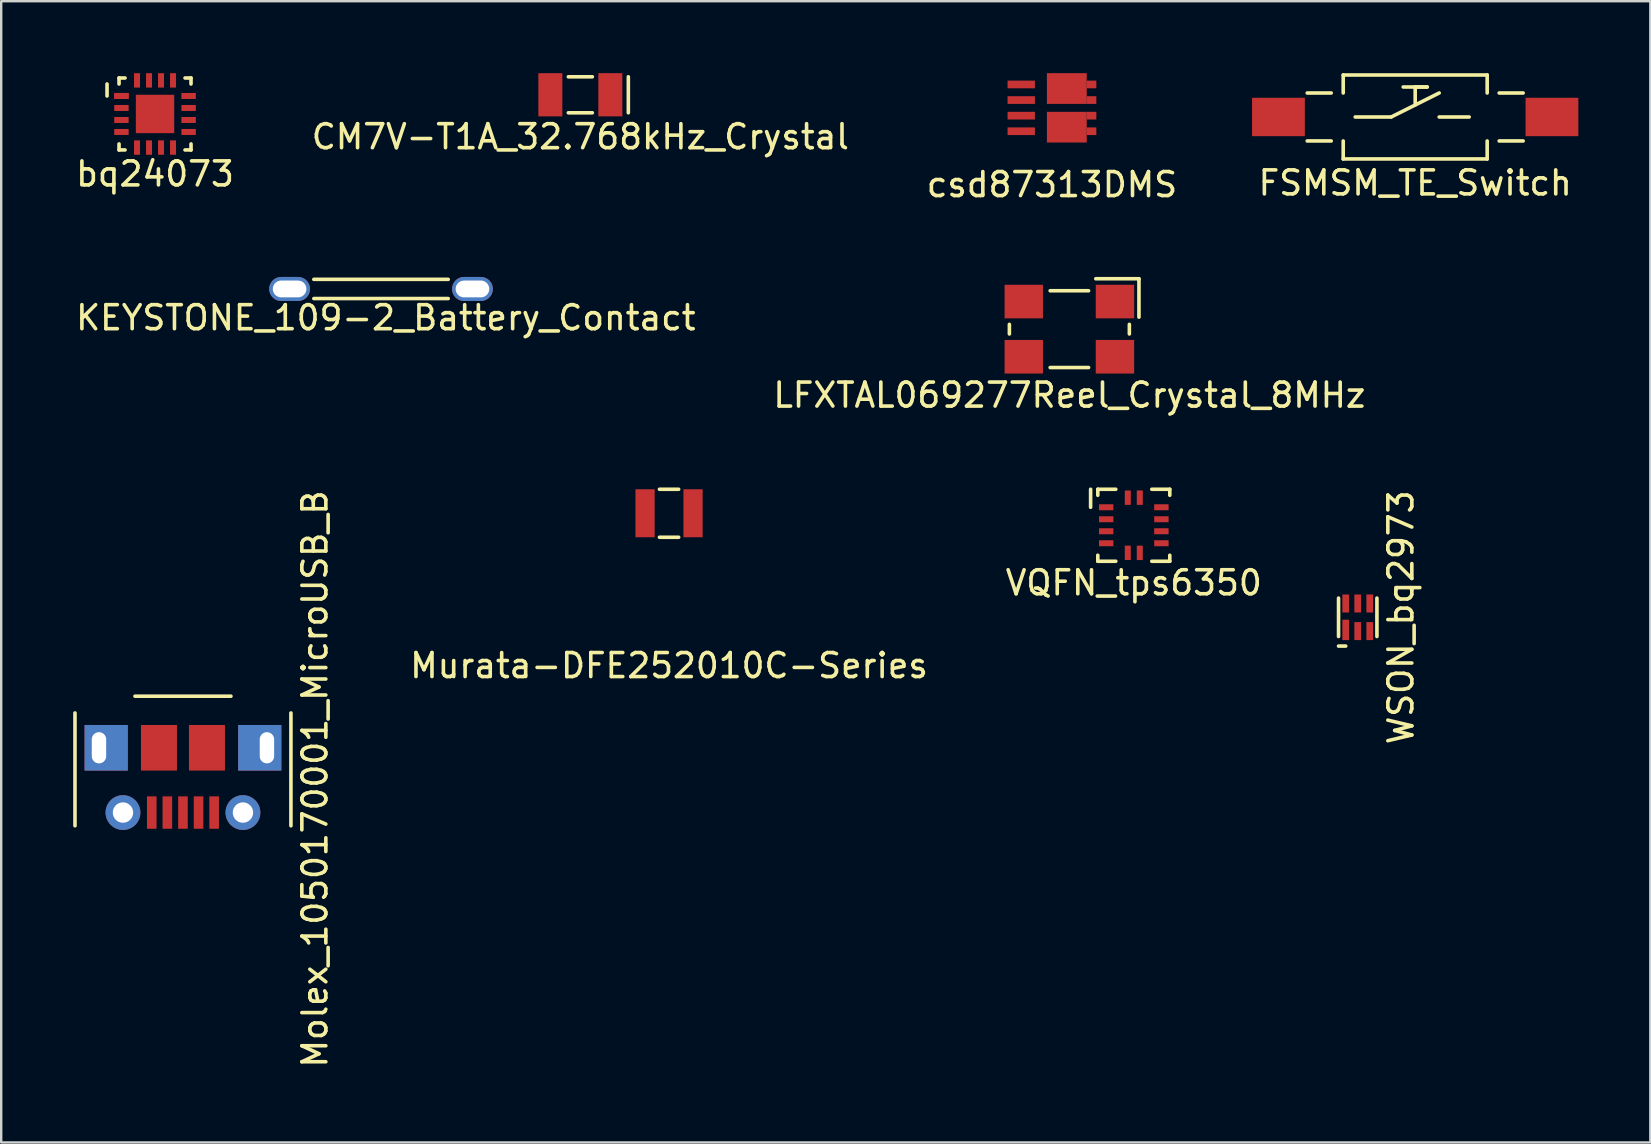
<source format=kicad_pcb>
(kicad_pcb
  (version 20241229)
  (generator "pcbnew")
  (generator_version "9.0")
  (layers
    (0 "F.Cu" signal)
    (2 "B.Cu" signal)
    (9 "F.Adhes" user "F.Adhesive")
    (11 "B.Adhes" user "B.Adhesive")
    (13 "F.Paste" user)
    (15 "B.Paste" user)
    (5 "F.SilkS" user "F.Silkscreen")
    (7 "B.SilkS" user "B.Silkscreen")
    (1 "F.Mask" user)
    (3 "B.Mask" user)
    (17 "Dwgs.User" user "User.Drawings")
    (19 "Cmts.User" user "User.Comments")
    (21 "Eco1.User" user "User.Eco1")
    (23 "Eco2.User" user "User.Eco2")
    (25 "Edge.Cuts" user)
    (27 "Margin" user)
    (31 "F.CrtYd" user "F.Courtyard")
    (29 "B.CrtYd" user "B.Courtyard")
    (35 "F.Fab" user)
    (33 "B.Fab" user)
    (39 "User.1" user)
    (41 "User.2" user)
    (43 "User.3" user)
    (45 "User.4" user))
  (footprint "Molex_1050170001_MicroUSB_B"
    (layer "F.Cu")
    (at 4.575 26.665)
    (property "Reference" "Molex_1050170001_MicroUSB_B" (at 5.5 2.75 270) (layer "F.SilkS") (effects (font (size 1 1) (thickness 0.15))))
    (attr through_hole)
    (fp_line (start -4.5 0) (end -4.5 4.7) (stroke (width 0.15) (type solid)) (layer "F.SilkS"))
    (fp_line (start -2 -0.7) (end 2 -0.7) (stroke (width 0.15) (type solid)) (layer "F.SilkS"))
    (fp_line (start 4.5 0) (end 4.5 4.7) (stroke (width 0.15) (type solid)) (layer "F.SilkS"))
    (pad "1" smd rect (at 1.3 4.15) (size 0.4 1.35) (layers "F.Cu" "F.Mask" "F.Paste"))
    (pad "2" smd rect (at 0.65 4.15) (size 0.4 1.35) (layers "F.Cu" "F.Mask" "F.Paste"))
    (pad "3" smd rect (at 0 4.15) (size 0.4 1.35) (layers "F.Cu" "F.Mask" "F.Paste"))
    (pad "4" smd rect (at -0.65 4.15) (size 0.4 1.35) (layers "F.Cu" "F.Mask" "F.Paste"))
    (pad "5" smd rect (at -1.3 4.15) (size 0.4 1.35) (layers "F.Cu" "F.Mask" "F.Paste"))
    (pad "6" thru_hole rect (at -3.5 1.45) (size 1.8 1.9) (drill oval 0.6 1.3 (offset 0.3 0)) (layers "*.Cu" "*.Mask"))
    (pad "6" thru_hole circle (at -2.5 4.15) (size 1.45 1.45) (drill 0.85) (layers "*.Cu" "*.Mask"))
    (pad "6" smd rect (at -1 1.45) (size 1.5 1.9) (layers "F.Cu" "F.Mask" "F.Paste"))
    (pad "6" smd rect (at 1 1.45) (size 1.5 1.9) (layers "F.Cu" "F.Mask" "F.Paste"))
    (pad "6" thru_hole circle (at 2.5 4.15) (size 1.45 1.45) (drill 0.85) (layers "*.Cu" "*.Mask"))
    (pad "6" thru_hole rect (at 3.5 1.45) (size 1.8 1.9) (drill oval 0.6 1.3 (offset -0.3 0)) (layers "*.Cu" "*.Mask")))
  (footprint "csd87313DMS"
    (layer "F.Cu")
    (at 40.792 1.445)
    (property "Reference" "csd87313DMS" (at 0 3.2 0) (layer "F.SilkS") (effects (font (size 1 1) (thickness 0.15))))
    (attr through_hole)
    (pad "1" smd rect (at -1.28 -0.975) (size 1.14 0.32) (layers "F.Cu" "F.Mask" "F.Paste"))
    (pad "2" smd rect (at -1.28 -0.325) (size 1.14 0.32) (layers "F.Cu" "F.Mask" "F.Paste"))
    (pad "3" smd rect (at -1.28 0.325) (size 1.14 0.32) (layers "F.Cu" "F.Mask" "F.Paste"))
    (pad "4" smd rect (at -1.28 0.975) (size 1.14 0.32) (layers "F.Cu" "F.Mask" "F.Paste"))
    (pad "5" smd rect (at 0.62 0.805) (size 1.66 1.28) (layers "F.Cu" "F.Mask" "F.Paste"))
    (pad "5" smd rect (at 1.65 0.975) (size 0.4 0.32) (layers "F.Cu" "F.Mask" "F.Paste"))
    (pad "6" smd rect (at 1.65 0.325) (size 0.4 0.32) (layers "F.Cu" "F.Mask" "F.Paste"))
    (pad "7" smd rect (at 1.65 -0.325) (size 0.4 0.32) (layers "F.Cu" "F.Mask" "F.Paste"))
    (pad "8" smd rect (at 0.62 -0.805) (size 1.66 1.28) (layers "F.Cu" "F.Mask" "F.Paste"))
    (pad "8" smd rect (at 1.65 -0.975) (size 0.4 0.32) (layers "F.Cu" "F.Mask" "F.Paste")))
  (footprint "KEYSTONE_109-2_Battery_Contact"
    (layer "F.Cu")
    (at 12.83 8.993)
    (property "Reference" "KEYSTONE_109-2_Battery_Contact" (at 0.2 1.2 0) (layer "F.SilkS") (effects (font (size 1 1) (thickness 0.15))))
    (attr through_hole)
    (fp_line (start -2.8 -0.4) (end 2.8 -0.4) (stroke (width 0.15) (type solid)) (layer "F.SilkS"))
    (fp_line (start -2.8 0.4) (end 2.8 0.4) (stroke (width 0.15) (type solid)) (layer "F.SilkS"))
    (pad "1" thru_hole oval (at -3.81 0) (size 1.7 1) (drill oval 1.4 0.7) (layers "*.Cu" "*.Mask"))
    (pad "2" thru_hole oval (at 3.81 0) (size 1.7 1) (drill oval 1.4 0.7) (layers "*.Cu" "*.Mask")))
  (footprint "Murata-DFE252010C-Series"
    (layer "F.Cu")
    (at 24.834 18.341)
    (property "Reference" "Murata-DFE252010C-Series" (at 0 6.35 0) (layer "F.SilkS") (effects (font (size 1 1) (thickness 0.15))))
    (attr through_hole)
    (fp_line (start -0.4 -1) (end 0.4 -1) (stroke (width 0.15) (type solid)) (layer "F.SilkS"))
    (fp_line (start -0.4 1) (end 0.4 1) (stroke (width 0.15) (type solid)) (layer "F.SilkS"))
    (pad "1" smd rect (at 1 0) (size 0.8 2) (layers "F.Cu" "F.Mask" "F.Paste"))
    (pad "2" smd rect (at -1 0) (size 0.8 2) (layers "F.Cu" "F.Mask" "F.Paste")))
  (footprint "WSON_bq2973"
    (layer "F.Cu")
    (at 53.536 22.677)
    (property "Reference" "WSON_bq2973" (at 1.8 0 90) (layer "F.SilkS") (effects (font (size 1 1) (thickness 0.15))))
    (attr through_hole)
    (fp_line (start -0.8 -0.8) (end -0.8 0.8) (stroke (width 0.15) (type solid)) (layer "F.SilkS"))
    (fp_line (start -0.5 1.2) (end -0.8 1.2) (stroke (width 0.15) (type solid)) (layer "F.SilkS"))
    (fp_line (start 0.8 0.8) (end 0.8 -0.8) (stroke (width 0.15) (type solid)) (layer "F.SilkS"))
    (pad "1" smd rect (at -0.5 0.525) (size 0.28 0.85) (layers "F.Cu" "F.Mask" "F.Paste"))
    (pad "2" smd rect (at 0 0.575) (size 0.28 0.75) (layers "F.Cu" "F.Mask" "F.Paste"))
    (pad "3" smd rect (at 0.5 0.575) (size 0.28 0.75) (layers "F.Cu" "F.Mask" "F.Paste"))
    (pad "4" smd rect (at 0.5 -0.575) (size 0.28 0.75) (layers "F.Cu" "F.Mask" "F.Paste"))
    (pad "5" smd rect (at 0 -0.575) (size 0.28 0.75) (layers "F.Cu" "F.Mask" "F.Paste"))
    (pad "6" smd rect (at -0.5 -0.575) (size 0.28 0.75) (layers "F.Cu" "F.Mask" "F.Paste")))
  (footprint "FSMSM_TE_Switch"
    (layer "F.Cu")
    (at 55.931 1.825)
    (property "Reference" "FSMSM_TE_Switch" (at 0 2.75 0) (layer "F.SilkS") (effects (font (size 1 1) (thickness 0.15))))
    (attr through_hole)
    (fp_line (start -4.5 1) (end -3.5 1) (stroke (width 0.15) (type solid)) (layer "F.SilkS"))
    (fp_line (start -3.5 -1) (end -4.5 -1) (stroke (width 0.15) (type solid)) (layer "F.SilkS"))
    (fp_line (start -3 -1.75) (end 3 -1.75) (stroke (width 0.15) (type solid)) (layer "F.SilkS"))
    (fp_line (start -3 -1) (end -3 -1.75) (stroke (width 0.15) (type solid)) (layer "F.SilkS"))
    (fp_line (start -3 1.75) (end -3 1) (stroke (width 0.15) (type solid)) (layer "F.SilkS"))
    (fp_line (start -3 1.75) (end 3 1.75) (stroke (width 0.15) (type solid)) (layer "F.SilkS"))
    (fp_line (start -2.5 0) (end -1 0) (stroke (width 0.15) (type solid)) (layer "F.SilkS"))
    (fp_line (start -1 0) (end 1 -1) (stroke (width 0.15) (type solid)) (layer "F.SilkS"))
    (fp_line (start 0 -1.25) (end 0.5 -1.25) (stroke (width 0.15) (type solid)) (layer "F.SilkS"))
    (fp_line (start 0 -0.5) (end 0 -1.25) (stroke (width 0.15) (type solid)) (layer "F.SilkS"))
    (fp_line (start 0.5 -1.25) (end -0.5 -1.25) (stroke (width 0.15) (type solid)) (layer "F.SilkS"))
    (fp_line (start 1 0) (end 2.25 0) (stroke (width 0.15) (type solid)) (layer "F.SilkS"))
    (fp_line (start 3 -1.75) (end 3 -1) (stroke (width 0.15) (type solid)) (layer "F.SilkS"))
    (fp_line (start 3 1.75) (end 3 1) (stroke (width 0.15) (type solid)) (layer "F.SilkS"))
    (fp_line (start 3.5 -1) (end 4.5 -1) (stroke (width 0.15) (type solid)) (layer "F.SilkS"))
    (fp_line (start 3.5 1) (end 4.5 1) (stroke (width 0.15) (type solid)) (layer "F.SilkS"))
    (pad "1" smd rect (at 5.7 0) (size 2.2 1.6) (layers "F.Cu" "F.Mask" "F.Paste"))
    (pad "2" smd rect (at -5.7 0) (size 2.2 1.6) (layers "F.Cu" "F.Mask" "F.Paste")))
  (footprint "VQFN_tps6350"
    (layer "F.Cu")
    (at 44.203 18.841)
    (property "Reference" "VQFN_tps6350" (at 0 2.4 0) (layer "F.SilkS") (effects (font (size 1 1) (thickness 0.15))))
    (attr through_hole)
    (fp_line (start -1.8 -0.75) (end -1.8 -1.5) (stroke (width 0.15) (type solid)) (layer "F.SilkS"))
    (fp_line (start -1.5 -1.5) (end -0.75 -1.5) (stroke (width 0.15) (type solid)) (layer "F.SilkS"))
    (fp_line (start -1.5 -1.25) (end -1.5 -1.5) (stroke (width 0.15) (type solid)) (layer "F.SilkS"))
    (fp_line (start -1.5 1.5) (end -1.5 1.25) (stroke (width 0.15) (type solid)) (layer "F.SilkS"))
    (fp_line (start -0.75 1.5) (end -1.5 1.5) (stroke (width 0.15) (type solid)) (layer "F.SilkS"))
    (fp_line (start 0.75 -1.5) (end 1.5 -1.5) (stroke (width 0.15) (type solid)) (layer "F.SilkS"))
    (fp_line (start 1.5 -1.5) (end 1.5 -1.25) (stroke (width 0.15) (type solid)) (layer "F.SilkS"))
    (fp_line (start 1.5 1.5) (end 0.75 1.5) (stroke (width 0.15) (type solid)) (layer "F.SilkS"))
    (fp_line (start 1.5 1.5) (end 1.5 1.25) (stroke (width 0.15) (type solid)) (layer "F.SilkS"))
    (pad "1" smd rect (at -1.15 -0.75) (size 0.6 0.25) (layers "F.Cu" "F.Mask" "F.Paste"))
    (pad "2" smd rect (at -1.15 -0.25) (size 0.6 0.25) (layers "F.Cu" "F.Mask" "F.Paste"))
    (pad "3" smd rect (at -1.15 0.25) (size 0.6 0.25) (layers "F.Cu" "F.Mask" "F.Paste"))
    (pad "4" smd rect (at -1.15 0.75) (size 0.6 0.25) (layers "F.Cu" "F.Mask" "F.Paste"))
    (pad "5" smd rect (at -0.25 1.15) (size 0.25 0.6) (layers "F.Cu" "F.Mask" "F.Paste"))
    (pad "6" smd rect (at 0.25 1.15) (size 0.25 0.6) (layers "F.Cu" "F.Mask" "F.Paste"))
    (pad "7" smd rect (at 1.15 0.75) (size 0.6 0.25) (layers "F.Cu" "F.Mask" "F.Paste"))
    (pad "8" smd rect (at 1.15 0.25) (size 0.6 0.25) (layers "F.Cu" "F.Mask" "F.Paste"))
    (pad "9" smd rect (at 1.15 -0.25) (size 0.6 0.25) (layers "F.Cu" "F.Mask" "F.Paste"))
    (pad "10" smd rect (at 1.15 -0.75) (size 0.6 0.25) (layers "F.Cu" "F.Mask" "F.Paste"))
    (pad "11" smd rect (at 0.25 -1.15) (size 0.25 0.6) (layers "F.Cu" "F.Mask" "F.Paste"))
    (pad "12" smd rect (at -0.25 -1.15) (size 0.25 0.6) (layers "F.Cu" "F.Mask" "F.Paste")))
  (footprint "LFXTAL069277Reel_Crystal_8MHz"
    (layer "F.Cu")
    (at 41.518 10.668)
    (property "Reference" "LFXTAL069277Reel_Crystal_8MHz" (at 0 2.75 0) (layer "F.SilkS") (effects (font (size 1 1) (thickness 0.15))))
    (attr through_hole)
    (fp_line (start -2.5 -0.2) (end -2.5 0.2) (stroke (width 0.15) (type solid)) (layer "F.SilkS"))
    (fp_line (start -0.8 -1.6) (end 0.8 -1.6) (stroke (width 0.15) (type solid)) (layer "F.SilkS"))
    (fp_line (start -0.8 1.6) (end 0.8 1.6) (stroke (width 0.15) (type solid)) (layer "F.SilkS"))
    (fp_line (start 1.1 -2.1) (end 2.9 -2.1) (stroke (width 0.15) (type solid)) (layer "F.SilkS"))
    (fp_line (start 2.5 -0.2) (end 2.5 0.2) (stroke (width 0.15) (type solid)) (layer "F.SilkS"))
    (fp_line (start 2.9 -2.1) (end 2.9 -0.5) (stroke (width 0.15) (type solid)) (layer "F.SilkS"))
    (pad "1" smd rect (at 1.9 -1.15) (size 1.6 1.4) (layers "F.Cu" "F.Mask" "F.Paste"))
    (pad "2" smd rect (at -1.9 -1.15) (size 1.6 1.4) (layers "F.Cu" "F.Mask" "F.Paste"))
    (pad "3" smd rect (at -1.9 1.15) (size 1.6 1.4) (layers "F.Cu" "F.Mask" "F.Paste"))
    (pad "4" smd rect (at 1.9 1.15) (size 1.6 1.4) (layers "F.Cu" "F.Mask" "F.Paste")))
  (footprint "bq24073"
    (layer "F.Cu")
    (at 3.411 1.7)
    (property "Reference" "bq24073" (at 0 2.5 0) (layer "F.SilkS") (effects (font (size 1 1) (thickness 0.15))))
    (attr through_hole)
    (fp_line (start -2 -0.75) (end -2 -1.25) (stroke (width 0.15) (type solid)) (layer "F.SilkS"))
    (fp_line (start -1.5 -1.5) (end -1.5 -1.25) (stroke (width 0.15) (type solid)) (layer "F.SilkS"))
    (fp_line (start -1.5 1.25) (end -1.5 1.5) (stroke (width 0.15) (type solid)) (layer "F.SilkS"))
    (fp_line (start -1.5 1.5) (end -1.25 1.5) (stroke (width 0.15) (type solid)) (layer "F.SilkS"))
    (fp_line (start -1.25 -1.5) (end -1.5 -1.5) (stroke (width 0.15) (type solid)) (layer "F.SilkS"))
    (fp_line (start 1.25 1.5) (end 1.5 1.5) (stroke (width 0.15) (type solid)) (layer "F.SilkS"))
    (fp_line (start 1.5 -1.5) (end 1.25 -1.5) (stroke (width 0.15) (type solid)) (layer "F.SilkS"))
    (fp_line (start 1.5 -1.5) (end 1.5 -1.25) (stroke (width 0.15) (type solid)) (layer "F.SilkS"))
    (fp_line (start 1.5 1.5) (end 1.5 1.25) (stroke (width 0.15) (type solid)) (layer "F.SilkS"))
    (pad "1" smd rect (at -1.4 -0.75) (size 0.6 0.25) (layers "F.Cu" "F.Mask" "F.Paste"))
    (pad "1" smd rect (at -1.4 -0.75) (size 0.6 0.25) (layers "F.Cu" "F.Mask" "F.Paste"))
    (pad "2" smd rect (at -1.4 -0.25) (size 0.6 0.25) (layers "F.Cu" "F.Mask" "F.Paste"))
    (pad "3" smd rect (at -1.4 0.25) (size 0.6 0.25) (layers "F.Cu" "F.Mask" "F.Paste"))
    (pad "4" smd rect (at -1.4 0.75) (size 0.6 0.25) (layers "F.Cu" "F.Mask" "F.Paste"))
    (pad "5" smd rect (at -0.75 1.4) (size 0.25 0.6) (layers "F.Cu" "F.Mask" "F.Paste"))
    (pad "6" smd rect (at -0.25 1.4) (size 0.25 0.6) (layers "F.Cu" "F.Mask" "F.Paste"))
    (pad "7" smd rect (at 0.25 1.4) (size 0.25 0.6) (layers "F.Cu" "F.Mask" "F.Paste"))
    (pad "8" smd rect (at 0.75 1.4) (size 0.25 0.6) (layers "F.Cu" "F.Mask" "F.Paste"))
    (pad "9" smd rect (at 1.4 0.75) (size 0.6 0.25) (layers "F.Cu" "F.Mask" "F.Paste"))
    (pad "10" smd rect (at 1.4 0.25) (size 0.6 0.25) (layers "F.Cu" "F.Mask" "F.Paste"))
    (pad "11" smd rect (at 1.4 -0.25) (size 0.6 0.25) (layers "F.Cu" "F.Mask" "F.Paste"))
    (pad "12" smd rect (at 1.4 -0.75) (size 0.6 0.25) (layers "F.Cu" "F.Mask" "F.Paste"))
    (pad "13" smd rect (at 0.75 -1.4) (size 0.25 0.6) (layers "F.Cu" "F.Mask" "F.Paste"))
    (pad "14" smd rect (at 0.25 -1.4) (size 0.25 0.6) (layers "F.Cu" "F.Mask" "F.Paste"))
    (pad "15" smd rect (at -0.25 -1.4) (size 0.25 0.6) (layers "F.Cu" "F.Mask" "F.Paste"))
    (pad "16" smd rect (at -0.75 -1.4) (size 0.25 0.6) (layers "F.Cu" "F.Mask" "F.Paste"))
    (pad "17" smd rect (at 0 0) (size 1.6 1.6) (layers "F.Cu" "F.Mask" "F.Paste")))
  (footprint "CM7V-T1A_32.768kHz_Crystal"
    (layer "F.Cu")
    (at 21.137 0.9)
    (property "Reference" "CM7V-T1A_32.768kHz_Crystal" (at 0 1.75 0) (layer "F.SilkS") (effects (font (size 1 1) (thickness 0.15))))
    (attr through_hole)
    (fp_line (start -0.5 -0.75) (end 0.5 -0.75) (stroke (width 0.15) (type solid)) (layer "F.SilkS"))
    (fp_line (start -0.5 0.75) (end 0.5 0.75) (stroke (width 0.15) (type solid)) (layer "F.SilkS"))
    (fp_line (start 2 -0.75) (end 2 0.75) (stroke (width 0.15) (type solid)) (layer "F.SilkS"))
    (pad "1" smd rect (at 1.25 0) (size 1 1.8) (layers "F.Cu" "F.Mask" "F.Paste"))
    (pad "2" smd rect (at -1.25 0) (size 1 1.8) (layers "F.Cu" "F.Mask" "F.Paste")))
  (gr_rect
    (start -3 -3)
    (end 65.731 44.564)
    (stroke (width 0.1) (type default))
    (fill no)
    (layer "Edge.Cuts")))
</source>
